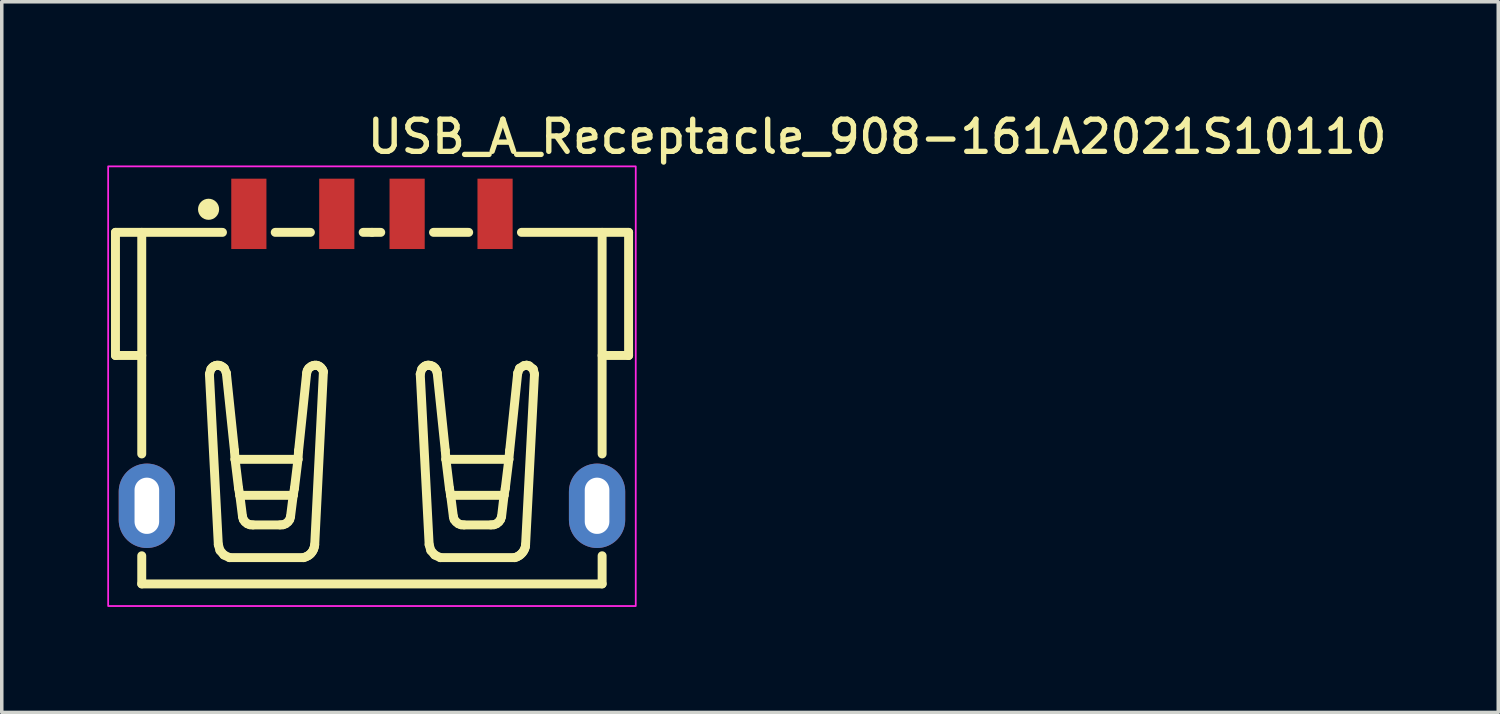
<source format=kicad_pcb>
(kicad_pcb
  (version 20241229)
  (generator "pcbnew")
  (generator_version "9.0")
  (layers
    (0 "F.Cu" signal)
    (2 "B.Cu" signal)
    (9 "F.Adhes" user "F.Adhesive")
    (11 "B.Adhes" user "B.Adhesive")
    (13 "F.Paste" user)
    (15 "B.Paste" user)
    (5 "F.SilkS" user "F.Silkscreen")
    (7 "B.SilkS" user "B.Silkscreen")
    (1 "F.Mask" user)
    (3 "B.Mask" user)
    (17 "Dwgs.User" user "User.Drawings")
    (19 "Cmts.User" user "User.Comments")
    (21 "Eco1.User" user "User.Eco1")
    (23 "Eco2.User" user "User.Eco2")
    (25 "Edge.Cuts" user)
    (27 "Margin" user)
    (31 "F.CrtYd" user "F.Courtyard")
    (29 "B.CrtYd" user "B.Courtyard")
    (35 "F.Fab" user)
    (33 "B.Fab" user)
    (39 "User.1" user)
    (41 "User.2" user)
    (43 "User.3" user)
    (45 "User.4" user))
  (footprint "USB_A_Receptacle_908-161A2021S10110"
    (layer "F.Cu")
    (at 7.525 7.18)
    (property "Reference" "USB_A_Receptacle_908-161A2021S10110" (at -0.208 -5.808 0) (unlocked yes) (layer "F.SilkS") (effects (font (size 0.914 0.914) (thickness 0.152)) (justify left bottom)))
    (fp_line (start -7.292 -3.624) (end -7.292 -0.123) (stroke (width 0.254) (type default)) (layer "F.SilkS"))
    (fp_line (start -6.545 -3.624) (end -6.545 2.676) (stroke (width 0.254) (type default)) (layer "F.SilkS"))
    (fp_line (start -6.545 -0.123) (end -7.292 -0.123) (stroke (width 0.254) (type default)) (layer "F.SilkS"))
    (fp_line (start -6.545 5.571) (end -6.545 6.371) (stroke (width 0.254) (type default)) (layer "F.SilkS"))
    (fp_line (start -6.545 6.371) (end 6.544 6.371) (stroke (width 0.254) (type default)) (layer "F.SilkS"))
    (fp_line (start -4.621 0.406) (end -4.368 5.254) (stroke (width 0.254) (type default)) (layer "F.SilkS"))
    (fp_line (start -4.58 0.265) (end -4.621 0.406) (stroke (width 0.254) (type default)) (layer "F.SilkS"))
    (fp_line (start -4.537 0.215) (end -4.577 0.26) (stroke (width 0.254) (type default)) (layer "F.SilkS"))
    (fp_line (start -4.497 0.185) (end -4.537 0.215) (stroke (width 0.254) (type default)) (layer "F.SilkS"))
    (fp_line (start -4.451 0.164) (end -4.497 0.185) (stroke (width 0.254) (type default)) (layer "F.SilkS"))
    (fp_line (start -4.4 0.154) (end -4.451 0.164) (stroke (width 0.254) (type default)) (layer "F.SilkS"))
    (fp_line (start -4.368 5.254) (end -4.321 5.418) (stroke (width 0.254) (type default)) (layer "F.SilkS"))
    (fp_line (start -4.351 0.157) (end -4.4 0.154) (stroke (width 0.254) (type default)) (layer "F.SilkS"))
    (fp_line (start -4.321 5.418) (end -4.209 5.548) (stroke (width 0.254) (type default)) (layer "F.SilkS"))
    (fp_line (start -4.299 0.172) (end -4.351 0.157) (stroke (width 0.254) (type default)) (layer "F.SilkS"))
    (fp_line (start -4.25 -3.624) (end -7.292 -3.624) (stroke (width 0.254) (type default)) (layer "F.SilkS"))
    (fp_line (start -4.247 0.201) (end -4.299 0.172) (stroke (width 0.254) (type default)) (layer "F.SilkS"))
    (fp_line (start -4.209 5.548) (end -4.05 5.624) (stroke (width 0.254) (type default)) (layer "F.SilkS"))
    (fp_line (start -4.197 0.241) (end -4.247 0.201) (stroke (width 0.254) (type default)) (layer "F.SilkS"))
    (fp_line (start -4.139 0.377) (end -4.197 0.241) (stroke (width 0.254) (type default)) (layer "F.SilkS"))
    (fp_line (start -4.05 5.624) (end -1.945 5.624) (stroke (width 0.254) (type default)) (layer "F.SilkS"))
    (fp_line (start -3.909 2.583) (end -4.139 0.377) (stroke (width 0.254) (type default)) (layer "F.SilkS"))
    (fp_line (start -3.892 2.83) (end -3.909 2.583) (stroke (width 0.254) (type default)) (layer "F.SilkS"))
    (fp_line (start -3.792 3.653) (end -3.892 2.83) (stroke (width 0.254) (type default)) (layer "F.SilkS"))
    (fp_line (start -3.756 3.853) (end -3.792 3.653) (stroke (width 0.254) (type default)) (layer "F.SilkS"))
    (fp_line (start -3.756 3.853) (end -2.239 3.853) (stroke (width 0.254) (type default)) (layer "F.SilkS"))
    (fp_line (start -3.68 4.459) (end -3.756 3.853) (stroke (width 0.254) (type default)) (layer "F.SilkS"))
    (fp_line (start -3.68 4.459) (end -3.656 4.542) (stroke (width 0.254) (type default)) (layer "F.SilkS"))
    (fp_line (start -3.656 4.542) (end -3.609 4.606) (stroke (width 0.254) (type default)) (layer "F.SilkS"))
    (fp_line (start -3.609 4.606) (end -3.544 4.659) (stroke (width 0.254) (type default)) (layer "F.SilkS"))
    (fp_line (start -3.544 4.659) (end -3.468 4.689) (stroke (width 0.254) (type default)) (layer "F.SilkS"))
    (fp_line (start -3.468 4.689) (end -3.386 4.694) (stroke (width 0.254) (type default)) (layer "F.SilkS"))
    (fp_line (start -3.386 4.694) (end -2.609 4.694) (stroke (width 0.254) (type default)) (layer "F.SilkS"))
    (fp_line (start -2.609 4.694) (end -2.527 4.689) (stroke (width 0.254) (type default)) (layer "F.SilkS"))
    (fp_line (start -2.527 4.689) (end -2.451 4.659) (stroke (width 0.254) (type default)) (layer "F.SilkS"))
    (fp_line (start -2.451 4.659) (end -2.386 4.606) (stroke (width 0.254) (type default)) (layer "F.SilkS"))
    (fp_line (start -2.386 4.606) (end -2.339 4.542) (stroke (width 0.254) (type default)) (layer "F.SilkS"))
    (fp_line (start -2.339 4.542) (end -2.315 4.459) (stroke (width 0.254) (type default)) (layer "F.SilkS"))
    (fp_line (start -2.239 3.853) (end -2.315 4.459) (stroke (width 0.254) (type default)) (layer "F.SilkS"))
    (fp_line (start -2.203 3.653) (end -2.239 3.853) (stroke (width 0.254) (type default)) (layer "F.SilkS"))
    (fp_line (start -2.203 3.653) (end -2.103 2.83) (stroke (width 0.254) (type default)) (layer "F.SilkS"))
    (fp_line (start -2.103 2.83) (end -3.892 2.83) (stroke (width 0.254) (type default)) (layer "F.SilkS"))
    (fp_line (start -2.086 2.583) (end -2.103 2.83) (stroke (width 0.254) (type default)) (layer "F.SilkS"))
    (fp_line (start -1.945 5.624) (end -1.88 5.601) (stroke (width 0.254) (type default)) (layer "F.SilkS"))
    (fp_line (start -1.88 5.601) (end -1.818 5.571) (stroke (width 0.254) (type default)) (layer "F.SilkS"))
    (fp_line (start -1.856 0.377) (end -2.086 2.583) (stroke (width 0.254) (type default)) (layer "F.SilkS"))
    (fp_line (start -1.839 0.306) (end -1.856 0.377) (stroke (width 0.254) (type default)) (layer "F.SilkS"))
    (fp_line (start -1.818 5.571) (end -1.765 5.533) (stroke (width 0.254) (type default)) (layer "F.SilkS"))
    (fp_line (start -1.798 0.241) (end -1.839 0.306) (stroke (width 0.254) (type default)) (layer "F.SilkS"))
    (fp_line (start -1.765 5.533) (end -1.727 5.495) (stroke (width 0.254) (type default)) (layer "F.SilkS"))
    (fp_line (start -1.75 -3.624) (end -2.75 -3.624) (stroke (width 0.254) (type default)) (layer "F.SilkS"))
    (fp_line (start -1.739 0.194) (end -1.798 0.241) (stroke (width 0.254) (type default)) (layer "F.SilkS"))
    (fp_line (start -1.727 5.495) (end -1.69 5.444) (stroke (width 0.254) (type default)) (layer "F.SilkS"))
    (fp_line (start -1.69 5.444) (end -1.662 5.391) (stroke (width 0.254) (type default)) (layer "F.SilkS"))
    (fp_line (start -1.684 0.167) (end -1.734 0.191) (stroke (width 0.254) (type default)) (layer "F.SilkS"))
    (fp_line (start -1.662 5.391) (end -1.642 5.331) (stroke (width 0.254) (type default)) (layer "F.SilkS"))
    (fp_line (start -1.642 5.331) (end -1.628 5.259) (stroke (width 0.254) (type default)) (layer "F.SilkS"))
    (fp_line (start -1.631 0.155) (end -1.684 0.167) (stroke (width 0.254) (type default)) (layer "F.SilkS"))
    (fp_line (start -1.627 5.254) (end -1.38 0.336) (stroke (width 0.254) (type default)) (layer "F.SilkS"))
    (fp_line (start -1.58 0.155) (end -1.631 0.155) (stroke (width 0.254) (type default)) (layer "F.SilkS"))
    (fp_line (start -1.531 0.168) (end -1.58 0.155) (stroke (width 0.254) (type default)) (layer "F.SilkS"))
    (fp_line (start -1.483 0.194) (end -1.531 0.168) (stroke (width 0.254) (type default)) (layer "F.SilkS"))
    (fp_line (start -1.444 0.229) (end -1.483 0.194) (stroke (width 0.254) (type default)) (layer "F.SilkS"))
    (fp_line (start -1.406 0.279) (end -1.444 0.229) (stroke (width 0.254) (type default)) (layer "F.SilkS"))
    (fp_line (start -1.38 0.336) (end -1.406 0.279) (stroke (width 0.254) (type default)) (layer "F.SilkS"))
    (fp_line (start -0.0002 -3.624) (end -0.25 -3.624) (stroke (width 0.254) (type default)) (layer "F.SilkS"))
    (fp_line (start -0.0002 -3.624) (end 0.25 -3.624) (stroke (width 0.254) (type default)) (layer "F.SilkS"))
    (fp_line (start 1.373 0.406) (end 1.626 5.254) (stroke (width 0.254) (type default)) (layer "F.SilkS"))
    (fp_line (start 1.415 0.265) (end 1.373 0.406) (stroke (width 0.254) (type default)) (layer "F.SilkS"))
    (fp_line (start 1.451 0.223) (end 1.417 0.261) (stroke (width 0.254) (type default)) (layer "F.SilkS"))
    (fp_line (start 1.489 0.191) (end 1.451 0.223) (stroke (width 0.254) (type default)) (layer "F.SilkS"))
    (fp_line (start 1.525 0.17) (end 1.489 0.191) (stroke (width 0.254) (type default)) (layer "F.SilkS"))
    (fp_line (start 1.567 0.157) (end 1.525 0.17) (stroke (width 0.254) (type default)) (layer "F.SilkS"))
    (fp_line (start 1.604 0.153) (end 1.567 0.157) (stroke (width 0.254) (type default)) (layer "F.SilkS"))
    (fp_line (start 1.626 5.254) (end 1.673 5.418) (stroke (width 0.254) (type default)) (layer "F.SilkS"))
    (fp_line (start 1.65 0.158) (end 1.604 0.153) (stroke (width 0.254) (type default)) (layer "F.SilkS"))
    (fp_line (start 1.673 5.418) (end 1.785 5.548) (stroke (width 0.254) (type default)) (layer "F.SilkS"))
    (fp_line (start 1.698 0.173) (end 1.65 0.158) (stroke (width 0.254) (type default)) (layer "F.SilkS"))
    (fp_line (start 1.744 0.194) (end 1.698 0.173) (stroke (width 0.254) (type default)) (layer "F.SilkS"))
    (fp_line (start 1.75 -3.624) (end 2.75 -3.624) (stroke (width 0.254) (type default)) (layer "F.SilkS"))
    (fp_line (start 1.785 5.548) (end 1.944 5.624) (stroke (width 0.254) (type default)) (layer "F.SilkS"))
    (fp_line (start 1.797 0.241) (end 1.744 0.194) (stroke (width 0.254) (type default)) (layer "F.SilkS"))
    (fp_line (start 1.838 0.306) (end 1.797 0.241) (stroke (width 0.254) (type default)) (layer "F.SilkS"))
    (fp_line (start 1.856 0.377) (end 1.838 0.306) (stroke (width 0.254) (type default)) (layer "F.SilkS"))
    (fp_line (start 1.944 5.624) (end 4.056 5.624) (stroke (width 0.254) (type default)) (layer "F.SilkS"))
    (fp_line (start 2.085 2.583) (end 1.856 0.377) (stroke (width 0.254) (type default)) (layer "F.SilkS"))
    (fp_line (start 2.103 2.83) (end 2.085 2.583) (stroke (width 0.254) (type default)) (layer "F.SilkS"))
    (fp_line (start 2.103 2.83) (end 3.892 2.83) (stroke (width 0.254) (type default)) (layer "F.SilkS"))
    (fp_line (start 2.203 3.653) (end 2.103 2.83) (stroke (width 0.254) (type default)) (layer "F.SilkS"))
    (fp_line (start 2.238 3.853) (end 2.203 3.653) (stroke (width 0.254) (type default)) (layer "F.SilkS"))
    (fp_line (start 2.238 3.853) (end 3.756 3.853) (stroke (width 0.254) (type default)) (layer "F.SilkS"))
    (fp_line (start 2.315 4.459) (end 2.238 3.853) (stroke (width 0.254) (type default)) (layer "F.SilkS"))
    (fp_line (start 2.315 4.459) (end 2.338 4.542) (stroke (width 0.254) (type default)) (layer "F.SilkS"))
    (fp_line (start 2.338 4.542) (end 2.391 4.606) (stroke (width 0.254) (type default)) (layer "F.SilkS"))
    (fp_line (start 2.391 4.606) (end 2.456 4.659) (stroke (width 0.254) (type default)) (layer "F.SilkS"))
    (fp_line (start 2.456 4.659) (end 2.532 4.689) (stroke (width 0.254) (type default)) (layer "F.SilkS"))
    (fp_line (start 2.532 4.689) (end 2.615 4.694) (stroke (width 0.254) (type default)) (layer "F.SilkS"))
    (fp_line (start 2.615 4.694) (end 3.385 4.694) (stroke (width 0.254) (type default)) (layer "F.SilkS"))
    (fp_line (start 3.385 4.694) (end 3.468 4.689) (stroke (width 0.254) (type default)) (layer "F.SilkS"))
    (fp_line (start 3.468 4.689) (end 3.544 4.659) (stroke (width 0.254) (type default)) (layer "F.SilkS"))
    (fp_line (start 3.544 4.659) (end 3.609 4.606) (stroke (width 0.254) (type default)) (layer "F.SilkS"))
    (fp_line (start 3.609 4.606) (end 3.656 4.542) (stroke (width 0.254) (type default)) (layer "F.SilkS"))
    (fp_line (start 3.656 4.542) (end 3.685 4.459) (stroke (width 0.254) (type default)) (layer "F.SilkS"))
    (fp_line (start 3.756 3.853) (end 3.685 4.459) (stroke (width 0.254) (type default)) (layer "F.SilkS"))
    (fp_line (start 3.791 3.653) (end 3.756 3.853) (stroke (width 0.254) (type default)) (layer "F.SilkS"))
    (fp_line (start 3.892 2.83) (end 3.791 3.653) (stroke (width 0.254) (type default)) (layer "F.SilkS"))
    (fp_line (start 3.915 2.583) (end 3.892 2.83) (stroke (width 0.254) (type default)) (layer "F.SilkS"))
    (fp_line (start 4.056 5.624) (end 4.119 5.603) (stroke (width 0.254) (type default)) (layer "F.SilkS"))
    (fp_line (start 4.119 5.603) (end 4.178 5.571) (stroke (width 0.254) (type default)) (layer "F.SilkS"))
    (fp_line (start 4.144 0.377) (end 3.915 2.583) (stroke (width 0.254) (type default)) (layer "F.SilkS"))
    (fp_line (start 4.178 5.571) (end 4.228 5.534) (stroke (width 0.254) (type default)) (layer "F.SilkS"))
    (fp_line (start 4.197 0.241) (end 4.144 0.377) (stroke (width 0.254) (type default)) (layer "F.SilkS"))
    (fp_line (start 4.228 5.534) (end 4.276 5.485) (stroke (width 0.254) (type default)) (layer "F.SilkS"))
    (fp_line (start 4.25 -3.624) (end 7.297 -3.624) (stroke (width 0.254) (type default)) (layer "F.SilkS"))
    (fp_line (start 4.276 5.485) (end 4.315 5.429) (stroke (width 0.254) (type default)) (layer "F.SilkS"))
    (fp_line (start 4.315 5.429) (end 4.343 5.373) (stroke (width 0.254) (type default)) (layer "F.SilkS"))
    (fp_line (start 4.321 0.165) (end 4.197 0.241) (stroke (width 0.254) (type default)) (layer "F.SilkS"))
    (fp_line (start 4.343 5.373) (end 4.361 5.314) (stroke (width 0.254) (type default)) (layer "F.SilkS"))
    (fp_line (start 4.361 5.314) (end 4.368 5.259) (stroke (width 0.254) (type default)) (layer "F.SilkS"))
    (fp_line (start 4.368 5.254) (end 4.621 0.406) (stroke (width 0.254) (type default)) (layer "F.SilkS"))
    (fp_line (start 4.397 0.153) (end 4.321 0.165) (stroke (width 0.254) (type default)) (layer "F.SilkS"))
    (fp_line (start 4.468 0.171) (end 4.397 0.153) (stroke (width 0.254) (type default)) (layer "F.SilkS"))
    (fp_line (start 4.585 0.265) (end 4.468 0.171) (stroke (width 0.254) (type default)) (layer "F.SilkS"))
    (fp_line (start 4.621 0.406) (end 4.585 0.265) (stroke (width 0.254) (type default)) (layer "F.SilkS"))
    (fp_line (start 6.544 -3.624) (end 6.544 2.676) (stroke (width 0.254) (type default)) (layer "F.SilkS"))
    (fp_line (start 6.544 5.571) (end 6.544 6.371) (stroke (width 0.254) (type default)) (layer "F.SilkS"))
    (fp_line (start 7.297 -3.624) (end 7.297 -0.123) (stroke (width 0.254) (type default)) (layer "F.SilkS"))
    (fp_line (start 7.297 -0.123) (end 6.544 -0.123) (stroke (width 0.254) (type default)) (layer "F.SilkS"))
    (fp_circle (center -4.645 -4.28) (end -4.495 -4.28) (stroke (width 0.3) (type default)) (fill no) (layer "F.SilkS"))
    (fp_rect (start -7.5 -5.5) (end 7.5 7) (stroke (width 0.05) (type default)) (fill no) (layer "F.CrtYd"))
    (fp_circle (center -7.3 -4.83) (end -7.27 -4.83) (stroke (width 0.06) (type default)) (fill no) (layer "User.5"))
    (pad "1" smd rect (at -3.5 -4.15 270) (size 2 1) (layers "F.Cu" "F.Mask" "F.Paste"))
    (pad "2" smd rect (at -1 -4.15 270) (size 2 1) (layers "F.Cu" "F.Mask" "F.Paste"))
    (pad "3" smd rect (at 1 -4.15 270) (size 2 1) (layers "F.Cu" "F.Mask" "F.Paste"))
    (pad "4" smd rect (at 3.5 -4.15 270) (size 2 1) (layers "F.Cu" "F.Mask" "F.Paste"))
    (pad "5" thru_hole oval (at -6.4 4.15 270) (size 2.4 1.6) (drill oval 1.6 0.7) (layers "*.Cu" "*.Mask"))
    (pad "5" thru_hole oval (at 6.4 4.15 90) (size 2.4 1.6) (drill oval 1.6 0.7) (layers "*.Cu" "*.Mask"))
    (zone (net_name "") (layer "F.Paste") (hatch edge 0.5) (priority 100) (connect_pads yes) (min_thickness 0) (filled_areas_thickness no) (fill yes) (polygon (pts (xy 4.525 2.029) (xy 4.525 4.029) (xy 3.525 4.029) (xy 3.525 2.029))) (filled_polygon (layer "F.Paste") (island) (pts (xy 4.525 2.029) (xy 4.525 4.029) (xy 3.525 4.029) (xy 3.525 2.029))))
    (zone (net_name "") (layer "F.Paste") (hatch edge 0.5) (priority 100) (connect_pads yes) (min_thickness 0) (filled_areas_thickness no) (fill yes) (polygon (pts (xy 7.025 2.029) (xy 7.025 4.029) (xy 6.025 4.029) (xy 6.025 2.029))) (filled_polygon (layer "F.Paste") (island) (pts (xy 7.025 2.029) (xy 7.025 4.029) (xy 6.025 4.029) (xy 6.025 2.029))))
    (zone (net_name "") (layer "F.Paste") (hatch edge 0.5) (priority 100) (connect_pads yes) (min_thickness 0) (filled_areas_thickness no) (fill yes) (polygon (pts (xy 9.025 2.029) (xy 9.025 4.029) (xy 8.025 4.029) (xy 8.025 2.029))) (filled_polygon (layer "F.Paste") (island) (pts (xy 9.025 2.029) (xy 9.025 4.029) (xy 8.025 4.029) (xy 8.025 2.029))))
    (zone (net_name "") (layer "F.Paste") (hatch edge 0.5) (priority 100) (connect_pads yes) (min_thickness 0) (filled_areas_thickness no) (fill yes) (polygon (pts (xy 11.525 2.03) (xy 11.525 4.03) (xy 10.525 4.03) (xy 10.525 2.03))) (filled_polygon (layer "F.Paste") (island) (pts (xy 11.525 2.03) (xy 11.525 4.03) (xy 10.525 4.03) (xy 10.525 2.03))))
    (zone (net_name "") (layer "F.Paste") (hatch edge 0.5) (priority 100) (connect_pads yes) (min_thickness 0) (filled_areas_thickness no) (fill yes) (polygon (pts (arc (start 0.3251 10.9297) (mid 1.1251 10.1297) (end 1.9251 10.9297)) (arc (start 1.9251 11.7297) (mid 1.1251 12.5297) (end 0.3251 11.7297)))) (filled_polygon (layer "F.Paste") (island) (pts (arc (start 0.3251 10.9297) (mid 1.1251 10.1297) (end 1.9251 10.9297)) (arc (start 1.9251 11.7297) (mid 1.1251 12.5297) (end 0.3251 11.7297)))))
    (zone (net_name "") (layer "F.Paste") (hatch edge 0.5) (priority 100) (connect_pads yes) (min_thickness 0) (filled_areas_thickness no) (fill yes) (polygon (pts (arc (start 14.7251 11.7297) (mid 13.9251 12.5297) (end 13.1251 11.7297)) (arc (start 13.1251 10.9297) (mid 13.9251 10.1297) (end 14.7251 10.9297)))) (filled_polygon (layer "F.Paste") (island) (pts (arc (start 14.7251 11.7297) (mid 13.9251 12.5297) (end 13.1251 11.7297)) (arc (start 13.1251 10.9297) (mid 13.9251 10.1297) (end 14.7251 10.9297)))))
    (zone (net_name "") (layer "User.4") (hatch edge 0.5) (priority 100) (connect_pads yes) (min_thickness 0) (filled_areas_thickness no) (fill yes) (polygon (pts (xy 0.975 11.93) (xy 0.975 10.73) (xy 1.275 10.73) (xy 1.275 11.93))) (filled_polygon (layer "User.4") (island) (pts (xy 0.975 11.93) (xy 0.975 10.73) (xy 1.275 10.73) (xy 1.275 11.93))))
    (zone (net_name "") (layer "User.4") (hatch edge 0.5) (priority 100) (connect_pads yes) (min_thickness 0) (filled_areas_thickness no) (fill yes) (polygon (pts (xy 14.075 10.73) (xy 14.075 11.93) (xy 13.775 11.93) (xy 13.775 10.73))) (filled_polygon (layer "User.4") (island) (pts (xy 14.075 10.73) (xy 14.075 11.93) (xy 13.775 11.93) (xy 13.775 10.73)))))
  (gr_rect
    (start -3 -3)
    (end 39.547 17.205)
    (stroke (width 0.1) (type default))
    (fill no)
    (layer "Edge.Cuts")))
</source>
